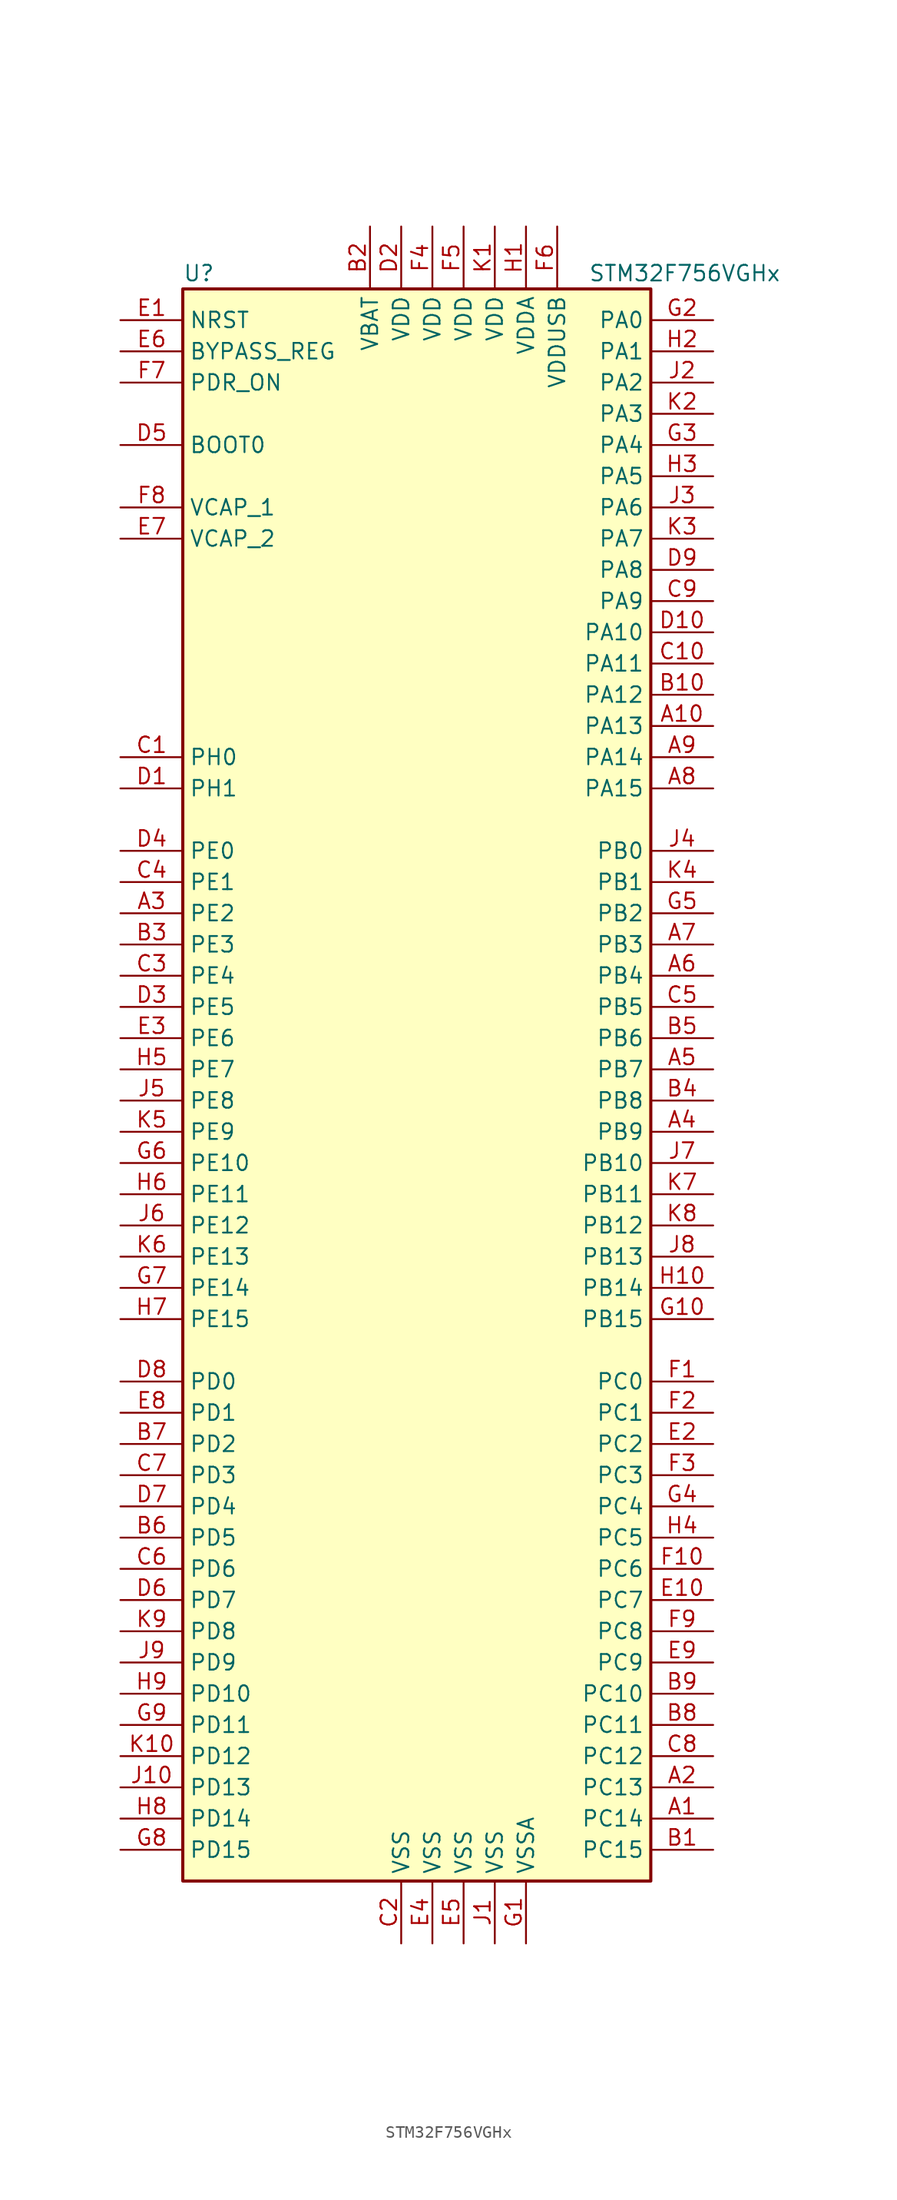
<source format=kicad_sym>
(kicad_symbol_lib
  (version 20201005)
  (generator kicad_symbol_editor)
  (symbol "MCU_ST_STM32F7:STM32F756VGHx"
    (property "Reference" "U"
      (at -20.32 64.77 0)
      (effects (font (size 1.27 1.27)) (justify left)))
    (property "Value" "STM32F756VGHx"
      (at 12.7 64.77 0)
      (effects (font (size 1.27 1.27)) (justify left)))
    (symbol "STM32F756VGHx_0_1"
      (rectangle (start -20.32 -66.04) (end 17.78 63.5) (stroke (width 0.254)) (fill (type background))))
    (symbol "STM32F756VGHx_1_1"
      (pin input line (at -25.4 50.8 0) (length 5.08) (name "BOOT0" (effects (font (size 1.27 1.27)))) (number "D5" (effects (font (size 1.27 1.27)))))
      (pin input line (at -25.4 58.42 0) (length 5.08) (name "BYPASS_REG" (effects (font (size 1.27 1.27)))) (number "E6" (effects (font (size 1.27 1.27)))))
      (pin input line (at -25.4 60.96 0) (length 5.08) (name "NRST" (effects (font (size 1.27 1.27)))) (number "E1" (effects (font (size 1.27 1.27)))))
      (pin bidirectional line (at 22.86 60.96 180) (length 5.08) (name "PA0" (effects (font (size 1.27 1.27)))) (number "G2" (effects (font (size 1.27 1.27)))))
      (pin bidirectional line (at 22.86 58.42 180) (length 5.08) (name "PA1" (effects (font (size 1.27 1.27)))) (number "H2" (effects (font (size 1.27 1.27)))))
      (pin bidirectional line (at 22.86 35.56 180) (length 5.08) (name "PA10" (effects (font (size 1.27 1.27)))) (number "D10" (effects (font (size 1.27 1.27)))))
      (pin bidirectional line (at 22.86 33.02 180) (length 5.08) (name "PA11" (effects (font (size 1.27 1.27)))) (number "C10" (effects (font (size 1.27 1.27)))))
      (pin bidirectional line (at 22.86 30.48 180) (length 5.08) (name "PA12" (effects (font (size 1.27 1.27)))) (number "B10" (effects (font (size 1.27 1.27)))))
      (pin bidirectional line (at 22.86 27.94 180) (length 5.08) (name "PA13" (effects (font (size 1.27 1.27)))) (number "A10" (effects (font (size 1.27 1.27)))))
      (pin bidirectional line (at 22.86 25.4 180) (length 5.08) (name "PA14" (effects (font (size 1.27 1.27)))) (number "A9" (effects (font (size 1.27 1.27)))))
      (pin bidirectional line (at 22.86 22.86 180) (length 5.08) (name "PA15" (effects (font (size 1.27 1.27)))) (number "A8" (effects (font (size 1.27 1.27)))))
      (pin bidirectional line (at 22.86 55.88 180) (length 5.08) (name "PA2" (effects (font (size 1.27 1.27)))) (number "J2" (effects (font (size 1.27 1.27)))))
      (pin bidirectional line (at 22.86 53.34 180) (length 5.08) (name "PA3" (effects (font (size 1.27 1.27)))) (number "K2" (effects (font (size 1.27 1.27)))))
      (pin bidirectional line (at 22.86 50.8 180) (length 5.08) (name "PA4" (effects (font (size 1.27 1.27)))) (number "G3" (effects (font (size 1.27 1.27)))))
      (pin bidirectional line (at 22.86 48.26 180) (length 5.08) (name "PA5" (effects (font (size 1.27 1.27)))) (number "H3" (effects (font (size 1.27 1.27)))))
      (pin bidirectional line (at 22.86 45.72 180) (length 5.08) (name "PA6" (effects (font (size 1.27 1.27)))) (number "J3" (effects (font (size 1.27 1.27)))))
      (pin bidirectional line (at 22.86 43.18 180) (length 5.08) (name "PA7" (effects (font (size 1.27 1.27)))) (number "K3" (effects (font (size 1.27 1.27)))))
      (pin bidirectional line (at 22.86 40.64 180) (length 5.08) (name "PA8" (effects (font (size 1.27 1.27)))) (number "D9" (effects (font (size 1.27 1.27)))))
      (pin bidirectional line (at 22.86 38.1 180) (length 5.08) (name "PA9" (effects (font (size 1.27 1.27)))) (number "C9" (effects (font (size 1.27 1.27)))))
      (pin bidirectional line (at 22.86 17.78 180) (length 5.08) (name "PB0" (effects (font (size 1.27 1.27)))) (number "J4" (effects (font (size 1.27 1.27)))))
      (pin bidirectional line (at 22.86 15.24 180) (length 5.08) (name "PB1" (effects (font (size 1.27 1.27)))) (number "K4" (effects (font (size 1.27 1.27)))))
      (pin bidirectional line (at 22.86 -7.62 180) (length 5.08) (name "PB10" (effects (font (size 1.27 1.27)))) (number "J7" (effects (font (size 1.27 1.27)))))
      (pin bidirectional line (at 22.86 -10.16 180) (length 5.08) (name "PB11" (effects (font (size 1.27 1.27)))) (number "K7" (effects (font (size 1.27 1.27)))))
      (pin bidirectional line (at 22.86 -12.7 180) (length 5.08) (name "PB12" (effects (font (size 1.27 1.27)))) (number "K8" (effects (font (size 1.27 1.27)))))
      (pin bidirectional line (at 22.86 -15.24 180) (length 5.08) (name "PB13" (effects (font (size 1.27 1.27)))) (number "J8" (effects (font (size 1.27 1.27)))))
      (pin bidirectional line (at 22.86 -17.78 180) (length 5.08) (name "PB14" (effects (font (size 1.27 1.27)))) (number "H10" (effects (font (size 1.27 1.27)))))
      (pin bidirectional line (at 22.86 -20.32 180) (length 5.08) (name "PB15" (effects (font (size 1.27 1.27)))) (number "G10" (effects (font (size 1.27 1.27)))))
      (pin bidirectional line (at 22.86 12.7 180) (length 5.08) (name "PB2" (effects (font (size 1.27 1.27)))) (number "G5" (effects (font (size 1.27 1.27)))))
      (pin bidirectional line (at 22.86 10.16 180) (length 5.08) (name "PB3" (effects (font (size 1.27 1.27)))) (number "A7" (effects (font (size 1.27 1.27)))))
      (pin bidirectional line (at 22.86 7.62 180) (length 5.08) (name "PB4" (effects (font (size 1.27 1.27)))) (number "A6" (effects (font (size 1.27 1.27)))))
      (pin bidirectional line (at 22.86 5.08 180) (length 5.08) (name "PB5" (effects (font (size 1.27 1.27)))) (number "C5" (effects (font (size 1.27 1.27)))))
      (pin bidirectional line (at 22.86 2.54 180) (length 5.08) (name "PB6" (effects (font (size 1.27 1.27)))) (number "B5" (effects (font (size 1.27 1.27)))))
      (pin bidirectional line (at 22.86 0 180) (length 5.08) (name "PB7" (effects (font (size 1.27 1.27)))) (number "A5" (effects (font (size 1.27 1.27)))))
      (pin bidirectional line (at 22.86 -2.54 180) (length 5.08) (name "PB8" (effects (font (size 1.27 1.27)))) (number "B4" (effects (font (size 1.27 1.27)))))
      (pin bidirectional line (at 22.86 -5.08 180) (length 5.08) (name "PB9" (effects (font (size 1.27 1.27)))) (number "A4" (effects (font (size 1.27 1.27)))))
      (pin bidirectional line (at 22.86 -25.4 180) (length 5.08) (name "PC0" (effects (font (size 1.27 1.27)))) (number "F1" (effects (font (size 1.27 1.27)))))
      (pin bidirectional line (at 22.86 -27.94 180) (length 5.08) (name "PC1" (effects (font (size 1.27 1.27)))) (number "F2" (effects (font (size 1.27 1.27)))))
      (pin bidirectional line (at 22.86 -50.8 180) (length 5.08) (name "PC10" (effects (font (size 1.27 1.27)))) (number "B9" (effects (font (size 1.27 1.27)))))
      (pin bidirectional line (at 22.86 -53.34 180) (length 5.08) (name "PC11" (effects (font (size 1.27 1.27)))) (number "B8" (effects (font (size 1.27 1.27)))))
      (pin bidirectional line (at 22.86 -55.88 180) (length 5.08) (name "PC12" (effects (font (size 1.27 1.27)))) (number "C8" (effects (font (size 1.27 1.27)))))
      (pin bidirectional line (at 22.86 -58.42 180) (length 5.08) (name "PC13" (effects (font (size 1.27 1.27)))) (number "A2" (effects (font (size 1.27 1.27)))))
      (pin bidirectional line (at 22.86 -60.96 180) (length 5.08) (name "PC14" (effects (font (size 1.27 1.27)))) (number "A1" (effects (font (size 1.27 1.27)))))
      (pin bidirectional line (at 22.86 -63.5 180) (length 5.08) (name "PC15" (effects (font (size 1.27 1.27)))) (number "B1" (effects (font (size 1.27 1.27)))))
      (pin bidirectional line (at 22.86 -30.48 180) (length 5.08) (name "PC2" (effects (font (size 1.27 1.27)))) (number "E2" (effects (font (size 1.27 1.27)))))
      (pin bidirectional line (at 22.86 -33.02 180) (length 5.08) (name "PC3" (effects (font (size 1.27 1.27)))) (number "F3" (effects (font (size 1.27 1.27)))))
      (pin bidirectional line (at 22.86 -35.56 180) (length 5.08) (name "PC4" (effects (font (size 1.27 1.27)))) (number "G4" (effects (font (size 1.27 1.27)))))
      (pin bidirectional line (at 22.86 -38.1 180) (length 5.08) (name "PC5" (effects (font (size 1.27 1.27)))) (number "H4" (effects (font (size 1.27 1.27)))))
      (pin bidirectional line (at 22.86 -40.64 180) (length 5.08) (name "PC6" (effects (font (size 1.27 1.27)))) (number "F10" (effects (font (size 1.27 1.27)))))
      (pin bidirectional line (at 22.86 -43.18 180) (length 5.08) (name "PC7" (effects (font (size 1.27 1.27)))) (number "E10" (effects (font (size 1.27 1.27)))))
      (pin bidirectional line (at 22.86 -45.72 180) (length 5.08) (name "PC8" (effects (font (size 1.27 1.27)))) (number "F9" (effects (font (size 1.27 1.27)))))
      (pin bidirectional line (at 22.86 -48.26 180) (length 5.08) (name "PC9" (effects (font (size 1.27 1.27)))) (number "E9" (effects (font (size 1.27 1.27)))))
      (pin bidirectional line (at -25.4 -25.4 0) (length 5.08) (name "PD0" (effects (font (size 1.27 1.27)))) (number "D8" (effects (font (size 1.27 1.27)))))
      (pin bidirectional line (at -25.4 -27.94 0) (length 5.08) (name "PD1" (effects (font (size 1.27 1.27)))) (number "E8" (effects (font (size 1.27 1.27)))))
      (pin bidirectional line (at -25.4 -50.8 0) (length 5.08) (name "PD10" (effects (font (size 1.27 1.27)))) (number "H9" (effects (font (size 1.27 1.27)))))
      (pin bidirectional line (at -25.4 -53.34 0) (length 5.08) (name "PD11" (effects (font (size 1.27 1.27)))) (number "G9" (effects (font (size 1.27 1.27)))))
      (pin bidirectional line (at -25.4 -55.88 0) (length 5.08) (name "PD12" (effects (font (size 1.27 1.27)))) (number "K10" (effects (font (size 1.27 1.27)))))
      (pin bidirectional line (at -25.4 -58.42 0) (length 5.08) (name "PD13" (effects (font (size 1.27 1.27)))) (number "J10" (effects (font (size 1.27 1.27)))))
      (pin bidirectional line (at -25.4 -60.96 0) (length 5.08) (name "PD14" (effects (font (size 1.27 1.27)))) (number "H8" (effects (font (size 1.27 1.27)))))
      (pin bidirectional line (at -25.4 -63.5 0) (length 5.08) (name "PD15" (effects (font (size 1.27 1.27)))) (number "G8" (effects (font (size 1.27 1.27)))))
      (pin bidirectional line (at -25.4 -30.48 0) (length 5.08) (name "PD2" (effects (font (size 1.27 1.27)))) (number "B7" (effects (font (size 1.27 1.27)))))
      (pin bidirectional line (at -25.4 -33.02 0) (length 5.08) (name "PD3" (effects (font (size 1.27 1.27)))) (number "C7" (effects (font (size 1.27 1.27)))))
      (pin bidirectional line (at -25.4 -35.56 0) (length 5.08) (name "PD4" (effects (font (size 1.27 1.27)))) (number "D7" (effects (font (size 1.27 1.27)))))
      (pin bidirectional line (at -25.4 -38.1 0) (length 5.08) (name "PD5" (effects (font (size 1.27 1.27)))) (number "B6" (effects (font (size 1.27 1.27)))))
      (pin bidirectional line (at -25.4 -40.64 0) (length 5.08) (name "PD6" (effects (font (size 1.27 1.27)))) (number "C6" (effects (font (size 1.27 1.27)))))
      (pin bidirectional line (at -25.4 -43.18 0) (length 5.08) (name "PD7" (effects (font (size 1.27 1.27)))) (number "D6" (effects (font (size 1.27 1.27)))))
      (pin bidirectional line (at -25.4 -45.72 0) (length 5.08) (name "PD8" (effects (font (size 1.27 1.27)))) (number "K9" (effects (font (size 1.27 1.27)))))
      (pin bidirectional line (at -25.4 -48.26 0) (length 5.08) (name "PD9" (effects (font (size 1.27 1.27)))) (number "J9" (effects (font (size 1.27 1.27)))))
      (pin input line (at -25.4 55.88 0) (length 5.08) (name "PDR_ON" (effects (font (size 1.27 1.27)))) (number "F7" (effects (font (size 1.27 1.27)))))
      (pin bidirectional line (at -25.4 17.78 0) (length 5.08) (name "PE0" (effects (font (size 1.27 1.27)))) (number "D4" (effects (font (size 1.27 1.27)))))
      (pin bidirectional line (at -25.4 15.24 0) (length 5.08) (name "PE1" (effects (font (size 1.27 1.27)))) (number "C4" (effects (font (size 1.27 1.27)))))
      (pin bidirectional line (at -25.4 -7.62 0) (length 5.08) (name "PE10" (effects (font (size 1.27 1.27)))) (number "G6" (effects (font (size 1.27 1.27)))))
      (pin bidirectional line (at -25.4 -10.16 0) (length 5.08) (name "PE11" (effects (font (size 1.27 1.27)))) (number "H6" (effects (font (size 1.27 1.27)))))
      (pin bidirectional line (at -25.4 -12.7 0) (length 5.08) (name "PE12" (effects (font (size 1.27 1.27)))) (number "J6" (effects (font (size 1.27 1.27)))))
      (pin bidirectional line (at -25.4 -15.24 0) (length 5.08) (name "PE13" (effects (font (size 1.27 1.27)))) (number "K6" (effects (font (size 1.27 1.27)))))
      (pin bidirectional line (at -25.4 -17.78 0) (length 5.08) (name "PE14" (effects (font (size 1.27 1.27)))) (number "G7" (effects (font (size 1.27 1.27)))))
      (pin bidirectional line (at -25.4 -20.32 0) (length 5.08) (name "PE15" (effects (font (size 1.27 1.27)))) (number "H7" (effects (font (size 1.27 1.27)))))
      (pin bidirectional line (at -25.4 12.7 0) (length 5.08) (name "PE2" (effects (font (size 1.27 1.27)))) (number "A3" (effects (font (size 1.27 1.27)))))
      (pin bidirectional line (at -25.4 10.16 0) (length 5.08) (name "PE3" (effects (font (size 1.27 1.27)))) (number "B3" (effects (font (size 1.27 1.27)))))
      (pin bidirectional line (at -25.4 7.62 0) (length 5.08) (name "PE4" (effects (font (size 1.27 1.27)))) (number "C3" (effects (font (size 1.27 1.27)))))
      (pin bidirectional line (at -25.4 5.08 0) (length 5.08) (name "PE5" (effects (font (size 1.27 1.27)))) (number "D3" (effects (font (size 1.27 1.27)))))
      (pin bidirectional line (at -25.4 2.54 0) (length 5.08) (name "PE6" (effects (font (size 1.27 1.27)))) (number "E3" (effects (font (size 1.27 1.27)))))
      (pin bidirectional line (at -25.4 0 0) (length 5.08) (name "PE7" (effects (font (size 1.27 1.27)))) (number "H5" (effects (font (size 1.27 1.27)))))
      (pin bidirectional line (at -25.4 -2.54 0) (length 5.08) (name "PE8" (effects (font (size 1.27 1.27)))) (number "J5" (effects (font (size 1.27 1.27)))))
      (pin bidirectional line (at -25.4 -5.08 0) (length 5.08) (name "PE9" (effects (font (size 1.27 1.27)))) (number "K5" (effects (font (size 1.27 1.27)))))
      (pin input line (at -25.4 25.4 0) (length 5.08) (name "PH0" (effects (font (size 1.27 1.27)))) (number "C1" (effects (font (size 1.27 1.27)))))
      (pin input line (at -25.4 22.86 0) (length 5.08) (name "PH1" (effects (font (size 1.27 1.27)))) (number "D1" (effects (font (size 1.27 1.27)))))
      (pin power_in line (at -5.08 68.58 270) (length 5.08) (name "VBAT" (effects (font (size 1.27 1.27)))) (number "B2" (effects (font (size 1.27 1.27)))))
      (pin power_in line (at -25.4 45.72 0) (length 5.08) (name "VCAP_1" (effects (font (size 1.27 1.27)))) (number "F8" (effects (font (size 1.27 1.27)))))
      (pin power_in line (at -25.4 43.18 0) (length 5.08) (name "VCAP_2" (effects (font (size 1.27 1.27)))) (number "E7" (effects (font (size 1.27 1.27)))))
      (pin power_in line (at -2.54 68.58 270) (length 5.08) (name "VDD" (effects (font (size 1.27 1.27)))) (number "D2" (effects (font (size 1.27 1.27)))))
      (pin power_in line (at 0 68.58 270) (length 5.08) (name "VDD" (effects (font (size 1.27 1.27)))) (number "F4" (effects (font (size 1.27 1.27)))))
      (pin power_in line (at 2.54 68.58 270) (length 5.08) (name "VDD" (effects (font (size 1.27 1.27)))) (number "F5" (effects (font (size 1.27 1.27)))))
      (pin power_in line (at 5.08 68.58 270) (length 5.08) (name "VDD" (effects (font (size 1.27 1.27)))) (number "K1" (effects (font (size 1.27 1.27)))))
      (pin power_in line (at 7.62 68.58 270) (length 5.08) (name "VDDA" (effects (font (size 1.27 1.27)))) (number "H1" (effects (font (size 1.27 1.27)))))
      (pin power_in line (at 10.16 68.58 270) (length 5.08) (name "VDDUSB" (effects (font (size 1.27 1.27)))) (number "F6" (effects (font (size 1.27 1.27)))))
      (pin power_in line (at -2.54 -71.12 90) (length 5.08) (name "VSS" (effects (font (size 1.27 1.27)))) (number "C2" (effects (font (size 1.27 1.27)))))
      (pin power_in line (at 0 -71.12 90) (length 5.08) (name "VSS" (effects (font (size 1.27 1.27)))) (number "E4" (effects (font (size 1.27 1.27)))))
      (pin power_in line (at 2.54 -71.12 90) (length 5.08) (name "VSS" (effects (font (size 1.27 1.27)))) (number "E5" (effects (font (size 1.27 1.27)))))
      (pin power_in line (at 5.08 -71.12 90) (length 5.08) (name "VSS" (effects (font (size 1.27 1.27)))) (number "J1" (effects (font (size 1.27 1.27)))))
      (pin power_in line (at 7.62 -71.12 90) (length 5.08) (name "VSSA" (effects (font (size 1.27 1.27)))) (number "G1" (effects (font (size 1.27 1.27))))))))
</source>
